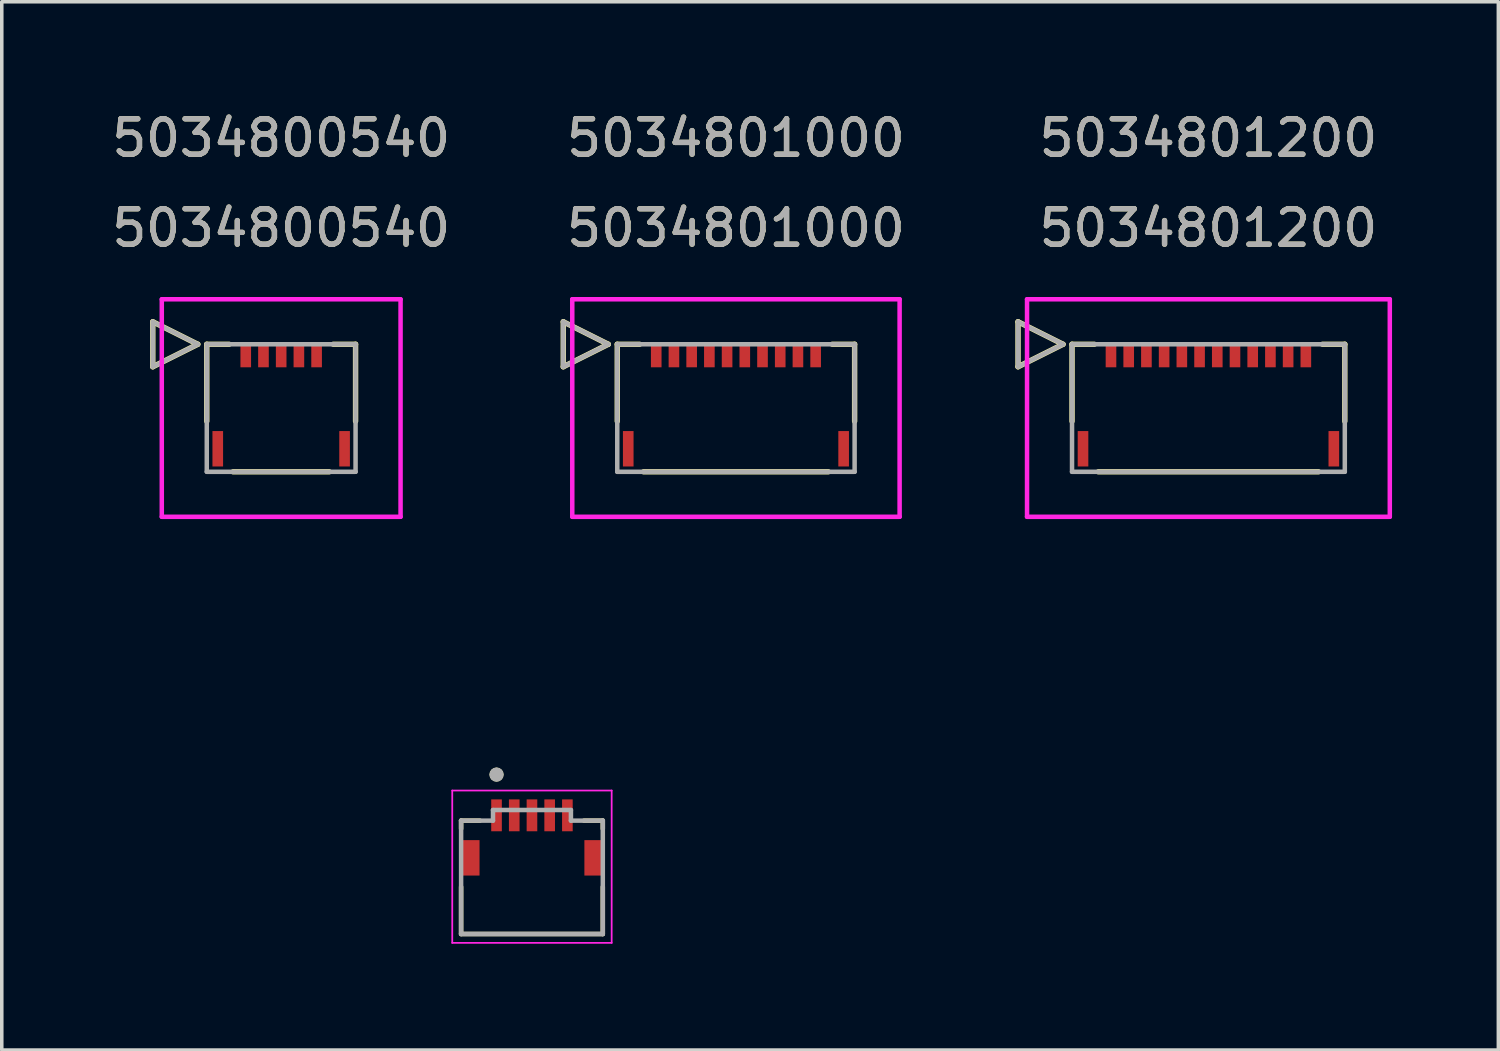
<source format=kicad_pcb>
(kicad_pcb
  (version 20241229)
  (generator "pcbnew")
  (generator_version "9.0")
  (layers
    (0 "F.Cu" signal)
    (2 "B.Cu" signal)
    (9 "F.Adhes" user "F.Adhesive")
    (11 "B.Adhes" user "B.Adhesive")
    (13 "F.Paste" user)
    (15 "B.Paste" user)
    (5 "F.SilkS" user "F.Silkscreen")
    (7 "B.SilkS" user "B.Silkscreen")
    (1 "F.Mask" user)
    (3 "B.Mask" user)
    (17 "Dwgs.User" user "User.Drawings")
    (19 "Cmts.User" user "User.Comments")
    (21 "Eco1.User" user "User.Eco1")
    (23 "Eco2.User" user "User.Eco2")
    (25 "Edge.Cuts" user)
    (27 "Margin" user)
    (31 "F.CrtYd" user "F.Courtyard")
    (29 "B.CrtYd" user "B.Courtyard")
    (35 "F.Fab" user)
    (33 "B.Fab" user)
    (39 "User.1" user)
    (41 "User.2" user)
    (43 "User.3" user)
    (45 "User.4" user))
  (footprint "5034801200"
    (layer "F.Cu")
    (at 31.061 8.468)
    (property "Reference" "5034801200" (at 0 -5.08 0) (unlocked yes) (layer "F.SilkS") (effects (font (size 1 1) (thickness 0.15))))
    (attr smd)
    (fp_line (start -5.374 -2.435) (end -5.374 -1.165) (stroke (width 0.152) (type solid)) (layer "F.SilkS"))
    (fp_line (start -5.374 -1.165) (end -4.104 -1.8) (stroke (width 0.152) (type solid)) (layer "F.SilkS"))
    (fp_line (start -4.104 -1.8) (end -5.374 -2.435) (stroke (width 0.152) (type solid)) (layer "F.SilkS"))
    (fp_line (start -3.85 -1.8) (end -3.85 0.373) (stroke (width 0.152) (type solid)) (layer "F.SilkS"))
    (fp_line (start -3.22 -1.8) (end -3.85 -1.8) (stroke (width 0.152) (type solid)) (layer "F.SilkS"))
    (fp_line (start -3.107 1.8) (end 3.107 1.8) (stroke (width 0.152) (type solid)) (layer "F.SilkS"))
    (fp_line (start 3.85 -1.8) (end 3.22 -1.8) (stroke (width 0.152) (type solid)) (layer "F.SilkS"))
    (fp_line (start 3.85 0.373) (end 3.85 -1.8) (stroke (width 0.152) (type solid)) (layer "F.SilkS"))
    (fp_line (start -5.12 -3.07) (end -5.12 3.07) (stroke (width 0.127) (type solid)) (layer "F.CrtYd"))
    (fp_line (start -5.12 3.07) (end 5.12 3.07) (stroke (width 0.127) (type solid)) (layer "F.CrtYd"))
    (fp_line (start 5.12 -3.07) (end -5.12 -3.07) (stroke (width 0.127) (type solid)) (layer "F.CrtYd"))
    (fp_line (start 5.12 3.07) (end 5.12 -3.07) (stroke (width 0.127) (type solid)) (layer "F.CrtYd"))
    (fp_line (start -5.374 -2.435) (end -5.374 -1.165) (stroke (width 0.127) (type solid)) (layer "F.Fab"))
    (fp_line (start -5.374 -1.165) (end -4.104 -1.8) (stroke (width 0.127) (type solid)) (layer "F.Fab"))
    (fp_line (start -4.104 -1.8) (end -5.374 -2.435) (stroke (width 0.127) (type solid)) (layer "F.Fab"))
    (fp_line (start -3.85 -1.8) (end -3.85 1.8) (stroke (width 0.127) (type solid)) (layer "F.Fab"))
    (fp_line (start -3.85 1.8) (end 3.85 1.8) (stroke (width 0.127) (type solid)) (layer "F.Fab"))
    (fp_line (start 3.85 -1.8) (end -3.85 -1.8) (stroke (width 0.127) (type solid)) (layer "F.Fab"))
    (fp_line (start 3.85 1.8) (end 3.85 -1.8) (stroke (width 0.127) (type solid)) (layer "F.Fab"))
    (fp_text user "5034801200" (at 0 -7.62 0) (unlocked yes) (layer "F.SilkS") (effects (font (size 1 1) (thickness 0.15))))
    (fp_text user "${REFERENCE}" (at 0 -5.08 0) (unlocked yes) (layer "F.Fab") (effects (font (size 1 1) (thickness 0.15))))
    (fp_text user "5034801200" (at 0 -7.62 0) (unlocked yes) (layer "F.Fab") (effects (font (size 1 1) (thickness 0.15))))
    (pad "1" smd rect (at -2.75 -1.5) (size 0.3 0.7) (layers "F.Cu" "F.Mask" "F.Paste"))
    (pad "2" smd rect (at -2.25 -1.5) (size 0.3 0.7) (layers "F.Cu" "F.Mask" "F.Paste"))
    (pad "3" smd rect (at -1.75 -1.5) (size 0.3 0.7) (layers "F.Cu" "F.Mask" "F.Paste"))
    (pad "4" smd rect (at -1.25 -1.5) (size 0.3 0.7) (layers "F.Cu" "F.Mask" "F.Paste"))
    (pad "5" smd rect (at -0.75 -1.5) (size 0.3 0.7) (layers "F.Cu" "F.Mask" "F.Paste"))
    (pad "6" smd rect (at -0.25 -1.5) (size 0.3 0.7) (layers "F.Cu" "F.Mask" "F.Paste"))
    (pad "7" smd rect (at 0.25 -1.5) (size 0.3 0.7) (layers "F.Cu" "F.Mask" "F.Paste"))
    (pad "8" smd rect (at 0.75 -1.5) (size 0.3 0.7) (layers "F.Cu" "F.Mask" "F.Paste"))
    (pad "9" smd rect (at 1.25 -1.5) (size 0.3 0.7) (layers "F.Cu" "F.Mask" "F.Paste"))
    (pad "10" smd rect (at 1.75 -1.5) (size 0.3 0.7) (layers "F.Cu" "F.Mask" "F.Paste"))
    (pad "11" smd rect (at 2.25 -1.5) (size 0.3 0.7) (layers "F.Cu" "F.Mask" "F.Paste"))
    (pad "12" smd rect (at 2.75 -1.5) (size 0.3 0.7) (layers "F.Cu" "F.Mask" "F.Paste"))
    (pad "P1" smd rect (at -3.54 1.15) (size 0.3 1) (layers "F.Cu" "F.Mask" "F.Paste"))
    (pad "P2" smd rect (at 3.54 1.15) (size 0.3 1) (layers "F.Cu" "F.Mask" "F.Paste")))
  (footprint "AMPHENOL_59453-051110ECHLF"
    (layer "F.Cu")
    (at 11.966 21.165)
    (property "Reference" "AMPHENOL_59453-051110ECHLF" (at 0.635 -5.715 0) (layer "User.1") (effects (font (size 1 1) (thickness 0.15))))
    (attr smd)
    (fp_line (start -2 -1.05) (end -1.47 -1.05) (stroke (width 0.127) (type solid)) (layer "F.SilkS"))
    (fp_line (start -2 -0.82) (end -2 -1.05) (stroke (width 0.127) (type solid)) (layer "F.SilkS"))
    (fp_line (start -2 2.15) (end -2 0.82) (stroke (width 0.127) (type solid)) (layer "F.SilkS"))
    (fp_line (start 1.47 -1.05) (end 2 -1.05) (stroke (width 0.127) (type solid)) (layer "F.SilkS"))
    (fp_line (start 2 -1.05) (end 2 -0.82) (stroke (width 0.127) (type solid)) (layer "F.SilkS"))
    (fp_line (start 2 2.15) (end -2 2.15) (stroke (width 0.127) (type solid)) (layer "F.SilkS"))
    (fp_line (start 2 2.15) (end 2 0.82) (stroke (width 0.127) (type solid)) (layer "F.SilkS"))
    (fp_circle (center -1 -2.35) (end -0.9 -2.35) (stroke (width 0.2) (type solid)) (fill no) (layer "F.SilkS"))
    (fp_line (start -2.25 -1.9) (end -2.25 2.4) (stroke (width 0.05) (type solid)) (layer "F.CrtYd"))
    (fp_line (start -2.25 2.4) (end 2.25 2.4) (stroke (width 0.05) (type solid)) (layer "F.CrtYd"))
    (fp_line (start 2.25 -1.9) (end -2.25 -1.9) (stroke (width 0.05) (type solid)) (layer "F.CrtYd"))
    (fp_line (start 2.25 2.4) (end 2.25 -1.9) (stroke (width 0.05) (type solid)) (layer "F.CrtYd"))
    (fp_line (start -2 -1.05) (end -1.1 -1.05) (stroke (width 0.127) (type solid)) (layer "F.Fab"))
    (fp_line (start -2 2.15) (end -2 -1.05) (stroke (width 0.127) (type solid)) (layer "F.Fab"))
    (fp_line (start -1.1 -1.35) (end 1.1 -1.35) (stroke (width 0.127) (type solid)) (layer "F.Fab"))
    (fp_line (start -1.1 -1.05) (end -1.1 -1.35) (stroke (width 0.127) (type solid)) (layer "F.Fab"))
    (fp_line (start 1.1 -1.35) (end 1.1 -1.05) (stroke (width 0.127) (type solid)) (layer "F.Fab"))
    (fp_line (start 1.1 -1.05) (end 2 -1.05) (stroke (width 0.127) (type solid)) (layer "F.Fab"))
    (fp_line (start 2 -1.05) (end 2 2.15) (stroke (width 0.127) (type solid)) (layer "F.Fab"))
    (fp_line (start 2 2.15) (end -2 2.15) (stroke (width 0.127) (type solid)) (layer "F.Fab"))
    (fp_circle (center -1 -2.35) (end -0.9 -2.35) (stroke (width 0.2) (type solid)) (fill no) (layer "F.Fab"))
    (pad "1" smd rect (at -1 -1.2) (size 0.3 0.9) (layers "F.Cu" "F.Mask" "F.Paste"))
    (pad "2" smd rect (at -0.5 -1.2) (size 0.3 0.9) (layers "F.Cu" "F.Mask" "F.Paste"))
    (pad "3" smd rect (at 0 -1.2) (size 0.3 0.9) (layers "F.Cu" "F.Mask" "F.Paste"))
    (pad "4" smd rect (at 0.5 -1.2) (size 0.3 0.9) (layers "F.Cu" "F.Mask" "F.Paste"))
    (pad "5" smd rect (at 1 -1.2) (size 0.3 0.9) (layers "F.Cu" "F.Mask" "F.Paste"))
    (pad "S1" smd rect (at -1.74 0) (size 0.52 1) (layers "F.Cu" "F.Mask" "F.Paste"))
    (pad "S2" smd rect (at 1.74 0) (size 0.52 1) (layers "F.Cu" "F.Mask" "F.Paste")))
  (footprint "5034800540"
    (layer "F.Cu")
    (at 4.887 8.468)
    (property "Reference" "5034800540" (at 0 -5.08 0) (unlocked yes) (layer "F.SilkS") (effects (font (size 1 1) (thickness 0.15))))
    (attr smd)
    (fp_line (start -3.624 -2.435) (end -3.624 -1.165) (stroke (width 0.152) (type solid)) (layer "F.SilkS"))
    (fp_line (start -3.624 -1.165) (end -2.354 -1.8) (stroke (width 0.152) (type solid)) (layer "F.SilkS"))
    (fp_line (start -2.354 -1.8) (end -3.624 -2.435) (stroke (width 0.152) (type solid)) (layer "F.SilkS"))
    (fp_line (start -2.1 -1.8) (end -2.1 0.373) (stroke (width 0.152) (type solid)) (layer "F.SilkS"))
    (fp_line (start -1.47 -1.8) (end -2.1 -1.8) (stroke (width 0.152) (type solid)) (layer "F.SilkS"))
    (fp_line (start -1.357 1.8) (end 1.357 1.8) (stroke (width 0.152) (type solid)) (layer "F.SilkS"))
    (fp_line (start 2.1 -1.8) (end 1.47 -1.8) (stroke (width 0.152) (type solid)) (layer "F.SilkS"))
    (fp_line (start 2.1 0.373) (end 2.1 -1.8) (stroke (width 0.152) (type solid)) (layer "F.SilkS"))
    (fp_line (start -3.37 -3.07) (end -3.37 3.07) (stroke (width 0.127) (type solid)) (layer "F.CrtYd"))
    (fp_line (start -3.37 3.07) (end 3.37 3.07) (stroke (width 0.127) (type solid)) (layer "F.CrtYd"))
    (fp_line (start 3.37 -3.07) (end -3.37 -3.07) (stroke (width 0.127) (type solid)) (layer "F.CrtYd"))
    (fp_line (start 3.37 3.07) (end 3.37 -3.07) (stroke (width 0.127) (type solid)) (layer "F.CrtYd"))
    (fp_line (start -3.624 -2.435) (end -3.624 -1.165) (stroke (width 0.127) (type solid)) (layer "F.Fab"))
    (fp_line (start -3.624 -1.165) (end -2.354 -1.8) (stroke (width 0.127) (type solid)) (layer "F.Fab"))
    (fp_line (start -2.354 -1.8) (end -3.624 -2.435) (stroke (width 0.127) (type solid)) (layer "F.Fab"))
    (fp_line (start -2.1 -1.8) (end -2.1 1.8) (stroke (width 0.127) (type solid)) (layer "F.Fab"))
    (fp_line (start -2.1 1.8) (end 2.1 1.8) (stroke (width 0.127) (type solid)) (layer "F.Fab"))
    (fp_line (start 2.1 -1.8) (end -2.1 -1.8) (stroke (width 0.127) (type solid)) (layer "F.Fab"))
    (fp_line (start 2.1 1.8) (end 2.1 -1.8) (stroke (width 0.127) (type solid)) (layer "F.Fab"))
    (fp_text user "5034800540" (at 0 -7.62 0) (unlocked yes) (layer "F.SilkS") (effects (font (size 1 1) (thickness 0.15))))
    (fp_text user "5034800540" (at 0 -7.62 0) (unlocked yes) (layer "F.Fab") (effects (font (size 1 1) (thickness 0.15))))
    (fp_text user "${REFERENCE}" (at 0 -5.08 0) (unlocked yes) (layer "F.Fab") (effects (font (size 1 1) (thickness 0.15))))
    (pad "1" smd rect (at -1 -1.5) (size 0.3 0.7) (layers "F.Cu" "F.Mask" "F.Paste"))
    (pad "2" smd rect (at -0.5 -1.5) (size 0.3 0.7) (layers "F.Cu" "F.Mask" "F.Paste"))
    (pad "3" smd rect (at 0.000005 -1.5) (size 0.3 0.7) (layers "F.Cu" "F.Mask" "F.Paste"))
    (pad "4" smd rect (at 0.5 -1.5) (size 0.3 0.7) (layers "F.Cu" "F.Mask" "F.Paste"))
    (pad "5" smd rect (at 1 -1.5) (size 0.3 0.7) (layers "F.Cu" "F.Mask" "F.Paste"))
    (pad "P1" smd rect (at -1.79 1.15) (size 0.3 1) (layers "F.Cu" "F.Mask" "F.Paste"))
    (pad "P2" smd rect (at 1.79 1.15) (size 0.3 1) (layers "F.Cu" "F.Mask" "F.Paste")))
  (footprint "5034801000"
    (layer "F.Cu")
    (at 17.724 8.468)
    (property "Reference" "5034801000" (at 0 -5.08 0) (unlocked yes) (layer "F.SilkS") (effects (font (size 1 1) (thickness 0.15))))
    (attr smd)
    (fp_line (start -4.874 -2.435) (end -4.874 -1.165) (stroke (width 0.152) (type solid)) (layer "F.SilkS"))
    (fp_line (start -4.874 -1.165) (end -3.604 -1.8) (stroke (width 0.152) (type solid)) (layer "F.SilkS"))
    (fp_line (start -3.604 -1.8) (end -4.874 -2.435) (stroke (width 0.152) (type solid)) (layer "F.SilkS"))
    (fp_line (start -3.35 -1.8) (end -3.35 0.373) (stroke (width 0.152) (type solid)) (layer "F.SilkS"))
    (fp_line (start -2.72 -1.8) (end -3.35 -1.8) (stroke (width 0.152) (type solid)) (layer "F.SilkS"))
    (fp_line (start -2.607 1.8) (end 2.607 1.8) (stroke (width 0.152) (type solid)) (layer "F.SilkS"))
    (fp_line (start 3.35 -1.8) (end 2.72 -1.8) (stroke (width 0.152) (type solid)) (layer "F.SilkS"))
    (fp_line (start 3.35 0.373) (end 3.35 -1.8) (stroke (width 0.152) (type solid)) (layer "F.SilkS"))
    (fp_line (start -4.62 -3.07) (end -4.62 3.07) (stroke (width 0.127) (type solid)) (layer "F.CrtYd"))
    (fp_line (start -4.62 3.07) (end 4.62 3.07) (stroke (width 0.127) (type solid)) (layer "F.CrtYd"))
    (fp_line (start 4.62 -3.07) (end -4.62 -3.07) (stroke (width 0.127) (type solid)) (layer "F.CrtYd"))
    (fp_line (start 4.62 3.07) (end 4.62 -3.07) (stroke (width 0.127) (type solid)) (layer "F.CrtYd"))
    (fp_line (start -4.874 -2.435) (end -4.874 -1.165) (stroke (width 0.127) (type solid)) (layer "F.Fab"))
    (fp_line (start -4.874 -1.165) (end -3.604 -1.8) (stroke (width 0.127) (type solid)) (layer "F.Fab"))
    (fp_line (start -3.604 -1.8) (end -4.874 -2.435) (stroke (width 0.127) (type solid)) (layer "F.Fab"))
    (fp_line (start -3.35 -1.8) (end -3.35 1.8) (stroke (width 0.127) (type solid)) (layer "F.Fab"))
    (fp_line (start -3.35 1.8) (end 3.35 1.8) (stroke (width 0.127) (type solid)) (layer "F.Fab"))
    (fp_line (start 3.35 -1.8) (end -3.35 -1.8) (stroke (width 0.127) (type solid)) (layer "F.Fab"))
    (fp_line (start 3.35 1.8) (end 3.35 -1.8) (stroke (width 0.127) (type solid)) (layer "F.Fab"))
    (fp_text user "5034801000" (at 0 -7.62 0) (unlocked yes) (layer "F.SilkS") (effects (font (size 1 1) (thickness 0.15))))
    (fp_text user "5034801000" (at 0 -7.62 0) (unlocked yes) (layer "F.Fab") (effects (font (size 1 1) (thickness 0.15))))
    (fp_text user "${REFERENCE}" (at 0 -5.08 0) (unlocked yes) (layer "F.Fab") (effects (font (size 1 1) (thickness 0.15))))
    (pad "1" smd rect (at -2.25 -1.5) (size 0.3 0.7) (layers "F.Cu" "F.Mask" "F.Paste"))
    (pad "2" smd rect (at -1.75 -1.5) (size 0.3 0.7) (layers "F.Cu" "F.Mask" "F.Paste"))
    (pad "3" smd rect (at -1.25 -1.5) (size 0.3 0.7) (layers "F.Cu" "F.Mask" "F.Paste"))
    (pad "4" smd rect (at -0.75 -1.5) (size 0.3 0.7) (layers "F.Cu" "F.Mask" "F.Paste"))
    (pad "5" smd rect (at -0.25 -1.5) (size 0.3 0.7) (layers "F.Cu" "F.Mask" "F.Paste"))
    (pad "6" smd rect (at 0.25 -1.5) (size 0.3 0.7) (layers "F.Cu" "F.Mask" "F.Paste"))
    (pad "7" smd rect (at 0.75 -1.5) (size 0.3 0.7) (layers "F.Cu" "F.Mask" "F.Paste"))
    (pad "8" smd rect (at 1.25 -1.5) (size 0.3 0.7) (layers "F.Cu" "F.Mask" "F.Paste"))
    (pad "9" smd rect (at 1.75 -1.5) (size 0.3 0.7) (layers "F.Cu" "F.Mask" "F.Paste"))
    (pad "10" smd rect (at 2.25 -1.5) (size 0.3 0.7) (layers "F.Cu" "F.Mask" "F.Paste"))
    (pad "P1" smd rect (at -3.04 1.15) (size 0.3 1) (layers "F.Cu" "F.Mask" "F.Paste"))
    (pad "P2" smd rect (at 3.04 1.15) (size 0.3 1) (layers "F.Cu" "F.Mask" "F.Paste")))
  (gr_rect
    (start -3 -3)
    (end 39.245 26.59)
    (stroke (width 0.1) (type default))
    (fill no)
    (layer "Edge.Cuts")))
</source>
